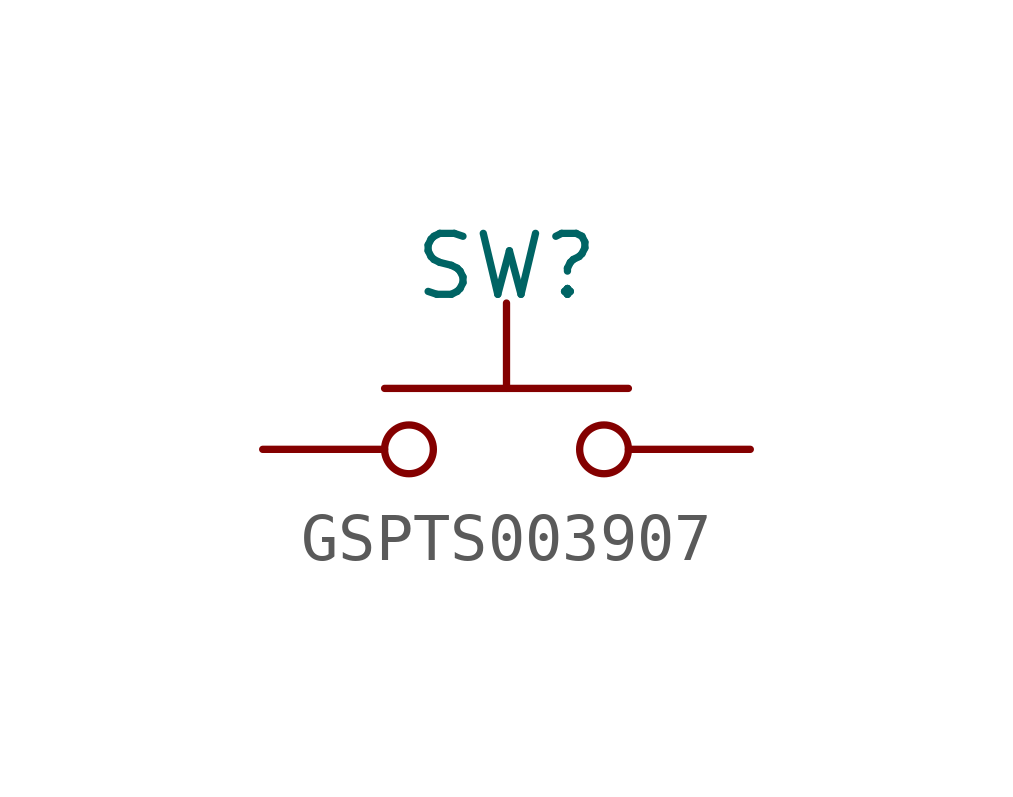
<source format=kicad_sym>
(kicad_symbol_lib
  (version 20241209)
  (generator "kicad_symbol_editor")
  (generator_version "9.0")
  (symbol "GSPTS003907"
    (property "Reference" "SW"
      (at 0 2.54 0)
      (effects (font (size 1.27 1.27))))
    (symbol "GSPTS003907_0_1"
      (circle (center -2.032 -1.27) (radius 0.508) (stroke (width 0) (type default)) (fill (type none)))
      (polyline (pts (xy 0 0) (xy 0 1.778)) (stroke (width 0) (type default)) (fill (type none)))
      (circle (center 2.032 -1.27) (radius 0.508) (stroke (width 0) (type default)) (fill (type none)))
      (polyline (pts (xy 2.54 0) (xy -2.54 0)) (stroke (width 0) (type default)) (fill (type none))))
    (symbol "GSPTS003907_1_1"
      (pin passive line (at -5.08 -1.27 0) (length 2.54) (name "1" (effects (font (size 0 0)))) (number "1" (effects (font (size 0 0)))))
      (pin passive line (at 5.08 -1.27 180) (length 2.54) (name "2" (effects (font (size 0 0)))) (number "2" (effects (font (size 0 0))))))))
</source>
